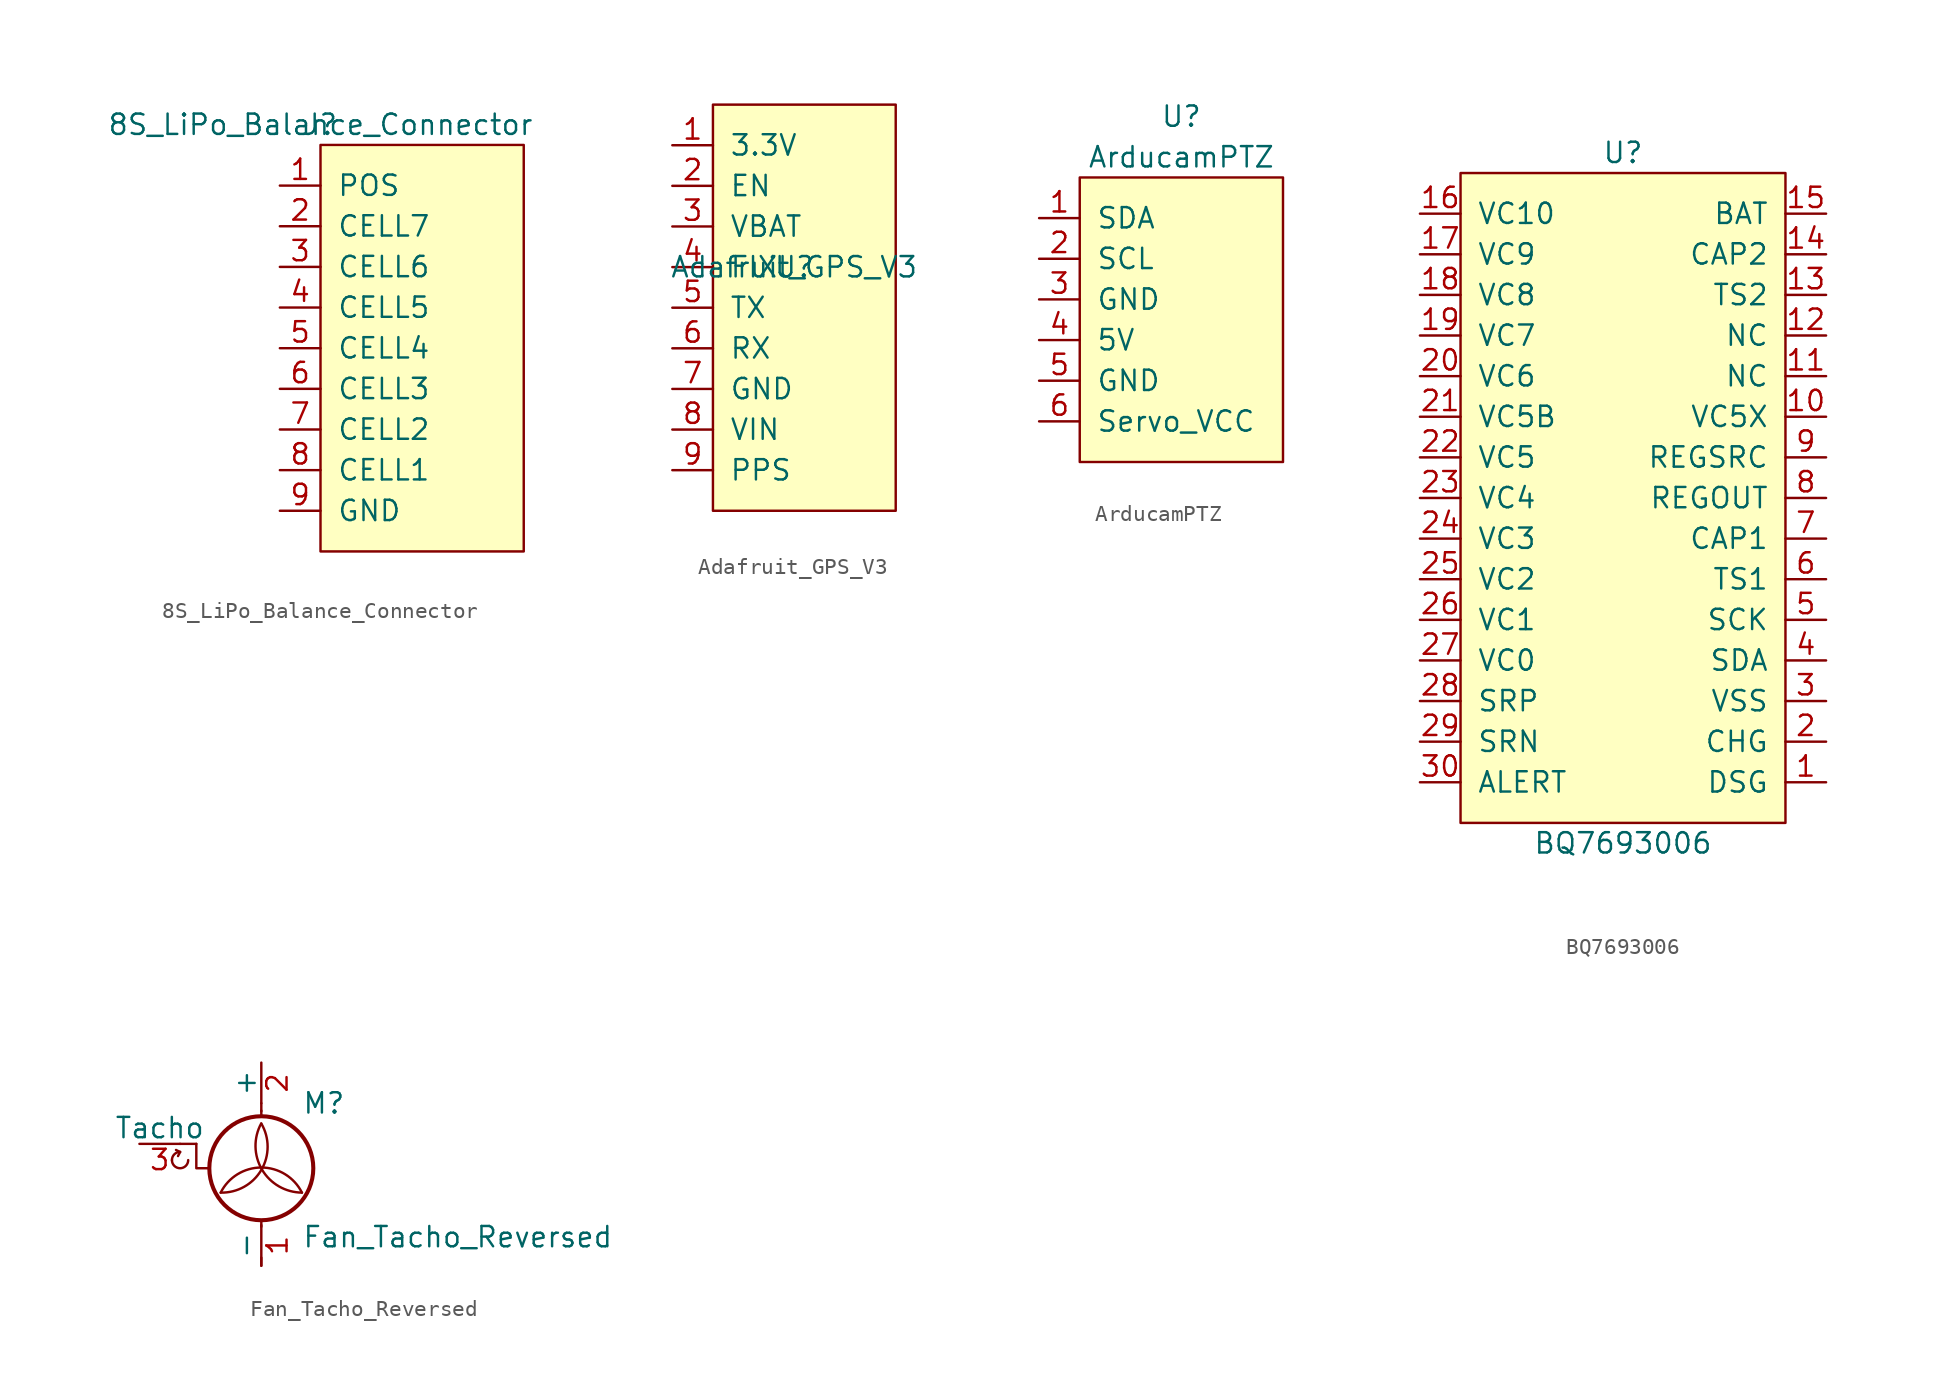
<source format=kicad_sym>
(kicad_symbol_lib
  (version 20211014)
  (generator kicad_symbol_editor)
  (symbol "8S_LiPo_Balance_Connector"
    (pin_names
      (offset 1.016))
    (property "Reference" "J"
      (at 0 0 0)
      (effects (font (size 1.27 1.27))))
    (property "Value" "8S_LiPo_Balance_Connector"
      (at 0 0 0)
      (effects (font (size 1.27 1.27))))
    (symbol "8S_LiPo_Balance_Connector_0_1"
      (rectangle (start 0 -1.27) (end 12.7 -26.67) (stroke (width 0) (type default) (color 0 0 0 0)) (fill (type background))))
    (symbol "8S_LiPo_Balance_Connector_1_1"
      (pin input line (at -2.54 -3.81 0) (length 2.54) (name "POS" (effects (font (size 1.27 1.27)))) (number "1" (effects (font (size 1.27 1.27)))))
      (pin input line (at -2.54 -6.35 0) (length 2.54) (name "CELL7" (effects (font (size 1.27 1.27)))) (number "2" (effects (font (size 1.27 1.27)))))
      (pin input line (at -2.54 -8.89 0) (length 2.54) (name "CELL6" (effects (font (size 1.27 1.27)))) (number "3" (effects (font (size 1.27 1.27)))))
      (pin input line (at -2.54 -11.43 0) (length 2.54) (name "CELL5" (effects (font (size 1.27 1.27)))) (number "4" (effects (font (size 1.27 1.27)))))
      (pin input line (at -2.54 -13.97 0) (length 2.54) (name "CELL4" (effects (font (size 1.27 1.27)))) (number "5" (effects (font (size 1.27 1.27)))))
      (pin input line (at -2.54 -16.51 0) (length 2.54) (name "CELL3" (effects (font (size 1.27 1.27)))) (number "6" (effects (font (size 1.27 1.27)))))
      (pin input line (at -2.54 -19.05 0) (length 2.54) (name "CELL2" (effects (font (size 1.27 1.27)))) (number "7" (effects (font (size 1.27 1.27)))))
      (pin input line (at -2.54 -21.59 0) (length 2.54) (name "CELL1" (effects (font (size 1.27 1.27)))) (number "8" (effects (font (size 1.27 1.27)))))
      (pin input line (at -2.54 -24.13 0) (length 2.54) (name "GND" (effects (font (size 1.27 1.27)))) (number "9" (effects (font (size 1.27 1.27)))))))
  (symbol "Adafruit_GPS_V3"
    (pin_names
      (offset 1.016))
    (property "Reference" "U"
      (at 0 0 0)
      (effects (font (size 1.27 1.27))))
    (property "Value" "Adafruit_GPS_V3"
      (at 0 0 0)
      (effects (font (size 1.27 1.27))))
    (symbol "Adafruit_GPS_V3_0_1"
      (rectangle (start -5.08 10.16) (end 6.35 -15.24) (stroke (width 0) (type default) (color 0 0 0 0)) (fill (type background))))
    (symbol "Adafruit_GPS_V3_1_1"
      (pin input line (at -7.62 7.62 0) (length 2.54) (name "3.3V" (effects (font (size 1.27 1.27)))) (number "1" (effects (font (size 1.27 1.27)))))
      (pin input line (at -7.62 5.08 0) (length 2.54) (name "EN" (effects (font (size 1.27 1.27)))) (number "2" (effects (font (size 1.27 1.27)))))
      (pin input line (at -7.62 2.54 0) (length 2.54) (name "VBAT" (effects (font (size 1.27 1.27)))) (number "3" (effects (font (size 1.27 1.27)))))
      (pin input line (at -7.62 0 0) (length 2.54) (name "FIX" (effects (font (size 1.27 1.27)))) (number "4" (effects (font (size 1.27 1.27)))))
      (pin input line (at -7.62 -2.54 0) (length 2.54) (name "TX" (effects (font (size 1.27 1.27)))) (number "5" (effects (font (size 1.27 1.27)))))
      (pin input line (at -7.62 -5.08 0) (length 2.54) (name "RX" (effects (font (size 1.27 1.27)))) (number "6" (effects (font (size 1.27 1.27)))))
      (pin input line (at -7.62 -7.62 0) (length 2.54) (name "GND" (effects (font (size 1.27 1.27)))) (number "7" (effects (font (size 1.27 1.27)))))
      (pin input line (at -7.62 -10.16 0) (length 2.54) (name "VIN" (effects (font (size 1.27 1.27)))) (number "8" (effects (font (size 1.27 1.27)))))
      (pin input line (at -7.62 -12.7 0) (length 2.54) (name "PPS" (effects (font (size 1.27 1.27)))) (number "9" (effects (font (size 1.27 1.27)))))))
  (symbol "ArducamPTZ"
    (pin_names
      (offset 1.016))
    (property "Reference" "U"
      (at 0 12.7 0)
      (effects (font (size 1.27 1.27))))
    (property "Value" "ArducamPTZ"
      (at 0 10.16 0)
      (effects (font (size 1.27 1.27))))
    (symbol "ArducamPTZ_0_1"
      (rectangle (start -6.35 8.89) (end 6.35 -8.89) (stroke (width 0) (type default) (color 0 0 0 0)) (fill (type background))))
    (symbol "ArducamPTZ_1_1"
      (pin input line (at -8.89 6.35 0) (length 2.54) (name "SDA" (effects (font (size 1.27 1.27)))) (number "1" (effects (font (size 1.27 1.27)))))
      (pin input line (at -8.89 3.81 0) (length 2.54) (name "SCL" (effects (font (size 1.27 1.27)))) (number "2" (effects (font (size 1.27 1.27)))))
      (pin input line (at -8.89 1.27 0) (length 2.54) (name "GND" (effects (font (size 1.27 1.27)))) (number "3" (effects (font (size 1.27 1.27)))))
      (pin input line (at -8.89 -1.27 0) (length 2.54) (name "5V" (effects (font (size 1.27 1.27)))) (number "4" (effects (font (size 1.27 1.27)))))
      (pin input line (at -8.89 -3.81 0) (length 2.54) (name "GND" (effects (font (size 1.27 1.27)))) (number "5" (effects (font (size 1.27 1.27)))))
      (pin input line (at -8.89 -6.35 0) (length 2.54) (name "Servo_VCC" (effects (font (size 1.27 1.27)))) (number "6" (effects (font (size 1.27 1.27)))))))
  (symbol "BQ7693006"
    (pin_names
      (offset 1.016))
    (property "Reference" "U"
      (at 0 20.32 0)
      (effects (font (size 1.27 1.27))))
    (property "Value" "BQ7693006"
      (at 0 -22.86 0)
      (effects (font (size 1.27 1.27))))
    (symbol "BQ7693006_0_1"
      (rectangle (start -10.16 19.05) (end 10.16 -21.59) (stroke (width 0) (type default) (color 0 0 0 0)) (fill (type background))))
    (symbol "BQ7693006_1_1"
      (pin input line (at 12.7 -19.05 180) (length 2.54) (name "DSG" (effects (font (size 1.27 1.27)))) (number "1" (effects (font (size 1.27 1.27)))))
      (pin input line (at 12.7 3.81 180) (length 2.54) (name "VC5X" (effects (font (size 1.27 1.27)))) (number "10" (effects (font (size 1.27 1.27)))))
      (pin input line (at 12.7 6.35 180) (length 2.54) (name "NC" (effects (font (size 1.27 1.27)))) (number "11" (effects (font (size 1.27 1.27)))))
      (pin input line (at 12.7 8.89 180) (length 2.54) (name "NC" (effects (font (size 1.27 1.27)))) (number "12" (effects (font (size 1.27 1.27)))))
      (pin input line (at 12.7 11.43 180) (length 2.54) (name "TS2" (effects (font (size 1.27 1.27)))) (number "13" (effects (font (size 1.27 1.27)))))
      (pin input line (at 12.7 13.97 180) (length 2.54) (name "CAP2" (effects (font (size 1.27 1.27)))) (number "14" (effects (font (size 1.27 1.27)))))
      (pin input line (at 12.7 16.51 180) (length 2.54) (name "BAT" (effects (font (size 1.27 1.27)))) (number "15" (effects (font (size 1.27 1.27)))))
      (pin input line (at -12.7 16.51 0) (length 2.54) (name "VC10" (effects (font (size 1.27 1.27)))) (number "16" (effects (font (size 1.27 1.27)))))
      (pin input line (at -12.7 13.97 0) (length 2.54) (name "VC9" (effects (font (size 1.27 1.27)))) (number "17" (effects (font (size 1.27 1.27)))))
      (pin input line (at -12.7 11.43 0) (length 2.54) (name "VC8" (effects (font (size 1.27 1.27)))) (number "18" (effects (font (size 1.27 1.27)))))
      (pin input line (at -12.7 8.89 0) (length 2.54) (name "VC7" (effects (font (size 1.27 1.27)))) (number "19" (effects (font (size 1.27 1.27)))))
      (pin input line (at 12.7 -16.51 180) (length 2.54) (name "CHG" (effects (font (size 1.27 1.27)))) (number "2" (effects (font (size 1.27 1.27)))))
      (pin input line (at -12.7 6.35 0) (length 2.54) (name "VC6" (effects (font (size 1.27 1.27)))) (number "20" (effects (font (size 1.27 1.27)))))
      (pin input line (at -12.7 3.81 0) (length 2.54) (name "VC5B" (effects (font (size 1.27 1.27)))) (number "21" (effects (font (size 1.27 1.27)))))
      (pin input line (at -12.7 1.27 0) (length 2.54) (name "VC5" (effects (font (size 1.27 1.27)))) (number "22" (effects (font (size 1.27 1.27)))))
      (pin input line (at -12.7 -1.27 0) (length 2.54) (name "VC4" (effects (font (size 1.27 1.27)))) (number "23" (effects (font (size 1.27 1.27)))))
      (pin input line (at -12.7 -3.81 0) (length 2.54) (name "VC3" (effects (font (size 1.27 1.27)))) (number "24" (effects (font (size 1.27 1.27)))))
      (pin input line (at -12.7 -6.35 0) (length 2.54) (name "VC2" (effects (font (size 1.27 1.27)))) (number "25" (effects (font (size 1.27 1.27)))))
      (pin input line (at -12.7 -8.89 0) (length 2.54) (name "VC1" (effects (font (size 1.27 1.27)))) (number "26" (effects (font (size 1.27 1.27)))))
      (pin input line (at -12.7 -11.43 0) (length 2.54) (name "VC0" (effects (font (size 1.27 1.27)))) (number "27" (effects (font (size 1.27 1.27)))))
      (pin input line (at -12.7 -13.97 0) (length 2.54) (name "SRP" (effects (font (size 1.27 1.27)))) (number "28" (effects (font (size 1.27 1.27)))))
      (pin input line (at -12.7 -16.51 0) (length 2.54) (name "SRN" (effects (font (size 1.27 1.27)))) (number "29" (effects (font (size 1.27 1.27)))))
      (pin input line (at 12.7 -13.97 180) (length 2.54) (name "VSS" (effects (font (size 1.27 1.27)))) (number "3" (effects (font (size 1.27 1.27)))))
      (pin input line (at -12.7 -19.05 0) (length 2.54) (name "ALERT" (effects (font (size 1.27 1.27)))) (number "30" (effects (font (size 1.27 1.27)))))
      (pin input line (at 12.7 -11.43 180) (length 2.54) (name "SDA" (effects (font (size 1.27 1.27)))) (number "4" (effects (font (size 1.27 1.27)))))
      (pin input line (at 12.7 -8.89 180) (length 2.54) (name "SCK" (effects (font (size 1.27 1.27)))) (number "5" (effects (font (size 1.27 1.27)))))
      (pin input line (at 12.7 -6.35 180) (length 2.54) (name "TS1" (effects (font (size 1.27 1.27)))) (number "6" (effects (font (size 1.27 1.27)))))
      (pin input line (at 12.7 -3.81 180) (length 2.54) (name "CAP1" (effects (font (size 1.27 1.27)))) (number "7" (effects (font (size 1.27 1.27)))))
      (pin input line (at 12.7 -1.27 180) (length 2.54) (name "REGOUT" (effects (font (size 1.27 1.27)))) (number "8" (effects (font (size 1.27 1.27)))))
      (pin input line (at 12.7 1.27 180) (length 2.54) (name "REGSRC" (effects (font (size 1.27 1.27)))) (number "9" (effects (font (size 1.27 1.27)))))))
  (symbol "Fan_Tacho_Reversed"
    (pin_names
      (offset 0))
    (property "Reference" "M"
      (at 2.54 2.54 0)
      (effects (font (size 1.27 1.27)) (justify left)))
    (property "Value" "Fan_Tacho_Reversed"
      (at 2.54 -5.08 0)
      (effects (font (size 1.27 1.27)) (justify left top)))
    (symbol "Fan_Tacho_Reversed_0_0"
      (arc (start -5.588 -1.016) (mid -5.08 -1.524) (end -4.572 -1.016) (stroke (width 0) (type default) (color 0 0 0 0)) (fill (type none)))
      (arc (start -5.08 -0.508) (mid -5.4392 -0.6568) (end -5.588 -1.016) (stroke (width 0) (type default) (color 0 0 0 0)) (fill (type none)))
      (polyline (pts (xy -5.08 -0.508) (xy -5.334 -0.381)) (stroke (width 0) (type default) (color 0 0 0 0)) (fill (type none)))
      (polyline (pts (xy -5.08 -0.508) (xy -5.207 -0.762)) (stroke (width 0) (type default) (color 0 0 0 0)) (fill (type none)))
      (polyline (pts (xy -4.064 0) (xy -4.064 -1.524) (xy -3.302 -1.524)) (stroke (width 0) (type default) (color 0 0 0 0)) (fill (type none))))
    (symbol "Fan_Tacho_Reversed_0_1"
      (arc (start -2.54 -3.048) (mid 0.0028 -1.6279) (end 0 1.27) (stroke (width 0) (type default) (color 0 0 0 0)) (fill (type none)))
      (circle (center 0 -1.524) (radius 3.251) (stroke (width 0.254) (type default) (color 0 0 0 0)) (fill (type none)))
      (polyline (pts (xy -4.064 0) (xy -5.08 0)) (stroke (width 0) (type default) (color 0 0 0 0)) (fill (type none)))
      (polyline (pts (xy 0 -7.62) (xy 0 -7.112)) (stroke (width 0) (type default) (color 0 0 0 0)) (fill (type none)))
      (polyline (pts (xy 0 -4.775) (xy 0 -5.182)) (stroke (width 0) (type default) (color 0 0 0 0)) (fill (type none)))
      (polyline (pts (xy 0 1.727) (xy 0 2.083)) (stroke (width 0) (type default) (color 0 0 0 0)) (fill (type none)))
      (polyline (pts (xy 0 2.032) (xy 0 2.54)) (stroke (width 0) (type default) (color 0 0 0 0)) (fill (type none)))
      (arc (start 0 1.27) (mid 0.053 -1.619) (end 2.54 -3.048) (stroke (width 0) (type default) (color 0 0 0 0)) (fill (type none)))
      (arc (start 2.54 -3.048) (mid 0 -1.4782) (end -2.54 -3.048) (stroke (width 0) (type default) (color 0 0 0 0)) (fill (type none))))
    (symbol "Fan_Tacho_Reversed_1_1"
      (pin passive line (at 0 -7.62 90) (length 2.54) (name "-" (effects (font (size 1.27 1.27)))) (number "1" (effects (font (size 1.27 1.27)))))
      (pin passive line (at 0 5.08 270) (length 2.54) (name "+" (effects (font (size 1.27 1.27)))) (number "2" (effects (font (size 1.27 1.27)))))
      (pin passive line (at -7.62 0 0) (length 2.54) (name "Tacho" (effects (font (size 1.27 1.27)))) (number "3" (effects (font (size 1.27 1.27))))))))
</source>
